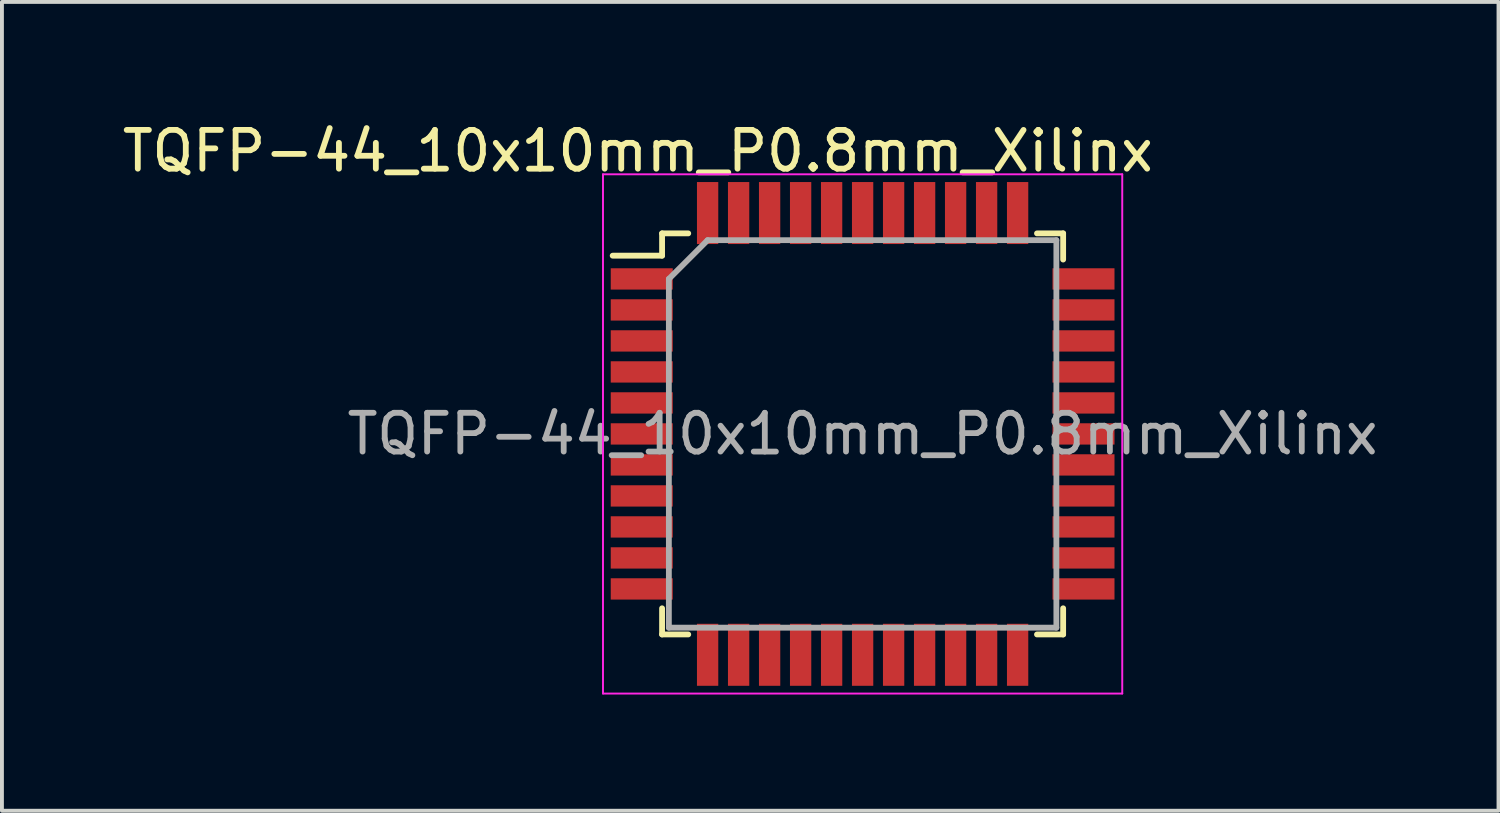
<source format=kicad_pcb>
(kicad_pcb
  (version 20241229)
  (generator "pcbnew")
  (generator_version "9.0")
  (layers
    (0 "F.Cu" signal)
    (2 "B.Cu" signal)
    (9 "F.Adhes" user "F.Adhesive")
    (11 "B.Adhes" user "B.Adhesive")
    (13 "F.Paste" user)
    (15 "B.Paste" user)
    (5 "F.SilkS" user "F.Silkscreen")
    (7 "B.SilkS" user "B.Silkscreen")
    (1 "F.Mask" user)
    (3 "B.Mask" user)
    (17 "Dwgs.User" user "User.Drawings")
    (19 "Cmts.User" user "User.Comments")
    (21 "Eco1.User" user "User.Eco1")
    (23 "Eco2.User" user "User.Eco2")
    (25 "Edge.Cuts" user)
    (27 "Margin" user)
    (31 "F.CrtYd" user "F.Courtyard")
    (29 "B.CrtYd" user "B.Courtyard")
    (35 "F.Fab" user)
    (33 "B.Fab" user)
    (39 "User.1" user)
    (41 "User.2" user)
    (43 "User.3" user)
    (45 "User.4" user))
  (footprint "TQFP-44_10x10mm_P0.8mm_Xilinx"
    (layer "F.Cu")
    (at 19.211 8.148)
    (property "Reference" "TQFP-44_10x10mm_P0.8mm_Xilinx" (at -5.8 -7.3 0) (layer "F.SilkS") (effects (font (size 1 1) (thickness 0.15))))
    (attr smd)
    (fp_line (start -5.175 -5.175) (end -5.175 -4.6) (stroke (width 0.15) (type solid)) (layer "F.SilkS"))
    (fp_line (start -5.175 -5.175) (end -4.5 -5.175) (stroke (width 0.15) (type solid)) (layer "F.SilkS"))
    (fp_line (start -5.175 -4.6) (end -6.45 -4.6) (stroke (width 0.15) (type solid)) (layer "F.SilkS"))
    (fp_line (start -5.175 5.175) (end -5.175 4.5) (stroke (width 0.15) (type solid)) (layer "F.SilkS"))
    (fp_line (start -5.175 5.175) (end -4.5 5.175) (stroke (width 0.15) (type solid)) (layer "F.SilkS"))
    (fp_line (start 5.175 -5.175) (end 4.5 -5.175) (stroke (width 0.15) (type solid)) (layer "F.SilkS"))
    (fp_line (start 5.175 -5.175) (end 5.175 -4.5) (stroke (width 0.15) (type solid)) (layer "F.SilkS"))
    (fp_line (start 5.175 5.175) (end 4.5 5.175) (stroke (width 0.15) (type solid)) (layer "F.SilkS"))
    (fp_line (start 5.175 5.175) (end 5.175 4.5) (stroke (width 0.15) (type solid)) (layer "F.SilkS"))
    (fp_line (start -6.7 -6.7) (end -6.7 6.7) (stroke (width 0.05) (type solid)) (layer "F.CrtYd"))
    (fp_line (start -6.7 -6.7) (end 6.7 -6.7) (stroke (width 0.05) (type solid)) (layer "F.CrtYd"))
    (fp_line (start -6.7 6.7) (end 6.7 6.7) (stroke (width 0.05) (type solid)) (layer "F.CrtYd"))
    (fp_line (start 6.7 -6.7) (end 6.7 6.7) (stroke (width 0.05) (type solid)) (layer "F.CrtYd"))
    (fp_line (start -5 -4) (end -4 -5) (stroke (width 0.15) (type solid)) (layer "F.Fab"))
    (fp_line (start -5 5) (end -5 -4) (stroke (width 0.15) (type solid)) (layer "F.Fab"))
    (fp_line (start -4 -5) (end 5 -5) (stroke (width 0.15) (type solid)) (layer "F.Fab"))
    (fp_line (start 5 -5) (end 5 5) (stroke (width 0.15) (type solid)) (layer "F.Fab"))
    (fp_line (start 5 5) (end -5 5) (stroke (width 0.15) (type solid)) (layer "F.Fab"))
    (fp_text user "${REFERENCE}" (at 0 0 0) (layer "F.Fab") (effects (font (size 1 1) (thickness 0.15))))
    (pad "1" smd rect (at -5.7 -4) (size 1.6 0.55) (layers "F.Cu" "F.Mask" "F.Paste"))
    (pad "2" smd rect (at -5.7 -3.2) (size 1.6 0.55) (layers "F.Cu" "F.Mask" "F.Paste"))
    (pad "3" smd rect (at -5.7 -2.4) (size 1.6 0.55) (layers "F.Cu" "F.Mask" "F.Paste"))
    (pad "4" smd rect (at -5.7 -1.6) (size 1.6 0.55) (layers "F.Cu" "F.Mask" "F.Paste"))
    (pad "5" smd rect (at -5.7 -0.8) (size 1.6 0.55) (layers "F.Cu" "F.Mask" "F.Paste"))
    (pad "6" smd rect (at -5.7 0) (size 1.6 0.55) (layers "F.Cu" "F.Mask" "F.Paste"))
    (pad "7" smd rect (at -5.7 0.8) (size 1.6 0.55) (layers "F.Cu" "F.Mask" "F.Paste"))
    (pad "8" smd rect (at -5.7 1.6) (size 1.6 0.55) (layers "F.Cu" "F.Mask" "F.Paste"))
    (pad "9" smd rect (at -5.7 2.4) (size 1.6 0.55) (layers "F.Cu" "F.Mask" "F.Paste"))
    (pad "10" smd rect (at -5.7 3.2) (size 1.6 0.55) (layers "F.Cu" "F.Mask" "F.Paste"))
    (pad "11" smd rect (at -5.7 4) (size 1.6 0.55) (layers "F.Cu" "F.Mask" "F.Paste"))
    (pad "12" smd rect (at -4 5.7 90) (size 1.6 0.55) (layers "F.Cu" "F.Mask" "F.Paste"))
    (pad "13" smd rect (at -3.2 5.7 90) (size 1.6 0.55) (layers "F.Cu" "F.Mask" "F.Paste"))
    (pad "14" smd rect (at -2.4 5.7 90) (size 1.6 0.55) (layers "F.Cu" "F.Mask" "F.Paste"))
    (pad "15" smd rect (at -1.6 5.7 90) (size 1.6 0.55) (layers "F.Cu" "F.Mask" "F.Paste"))
    (pad "16" smd rect (at -0.8 5.7 90) (size 1.6 0.55) (layers "F.Cu" "F.Mask" "F.Paste"))
    (pad "17" smd rect (at 0 5.7 90) (size 1.6 0.55) (layers "F.Cu" "F.Mask" "F.Paste"))
    (pad "18" smd rect (at 0.8 5.7 90) (size 1.6 0.55) (layers "F.Cu" "F.Mask" "F.Paste"))
    (pad "19" smd rect (at 1.6 5.7 90) (size 1.6 0.55) (layers "F.Cu" "F.Mask" "F.Paste"))
    (pad "20" smd rect (at 2.4 5.7 90) (size 1.6 0.55) (layers "F.Cu" "F.Mask" "F.Paste"))
    (pad "21" smd rect (at 3.2 5.7 90) (size 1.6 0.55) (layers "F.Cu" "F.Mask" "F.Paste"))
    (pad "22" smd rect (at 4 5.7 90) (size 1.6 0.55) (layers "F.Cu" "F.Mask" "F.Paste"))
    (pad "23" smd rect (at 5.7 4) (size 1.6 0.55) (layers "F.Cu" "F.Mask" "F.Paste"))
    (pad "24" smd rect (at 5.7 3.2) (size 1.6 0.55) (layers "F.Cu" "F.Mask" "F.Paste"))
    (pad "25" smd rect (at 5.7 2.4) (size 1.6 0.55) (layers "F.Cu" "F.Mask" "F.Paste"))
    (pad "26" smd rect (at 5.7 1.6) (size 1.6 0.55) (layers "F.Cu" "F.Mask" "F.Paste"))
    (pad "27" smd rect (at 5.7 0.8) (size 1.6 0.55) (layers "F.Cu" "F.Mask" "F.Paste"))
    (pad "28" smd rect (at 5.7 0) (size 1.6 0.55) (layers "F.Cu" "F.Mask" "F.Paste"))
    (pad "29" smd rect (at 5.7 -0.8) (size 1.6 0.55) (layers "F.Cu" "F.Mask" "F.Paste"))
    (pad "30" smd rect (at 5.7 -1.6) (size 1.6 0.55) (layers "F.Cu" "F.Mask" "F.Paste"))
    (pad "31" smd rect (at 5.7 -2.4) (size 1.6 0.55) (layers "F.Cu" "F.Mask" "F.Paste"))
    (pad "32" smd rect (at 5.7 -3.2) (size 1.6 0.55) (layers "F.Cu" "F.Mask" "F.Paste"))
    (pad "33" smd rect (at 5.7 -4) (size 1.6 0.55) (layers "F.Cu" "F.Mask" "F.Paste"))
    (pad "34" smd rect (at 4 -5.7 90) (size 1.6 0.55) (layers "F.Cu" "F.Mask" "F.Paste"))
    (pad "35" smd rect (at 3.2 -5.7 90) (size 1.6 0.55) (layers "F.Cu" "F.Mask" "F.Paste"))
    (pad "36" smd rect (at 2.4 -5.7 90) (size 1.6 0.55) (layers "F.Cu" "F.Mask" "F.Paste"))
    (pad "37" smd rect (at 1.6 -5.7 90) (size 1.6 0.55) (layers "F.Cu" "F.Mask" "F.Paste"))
    (pad "38" smd rect (at 0.8 -5.7 90) (size 1.6 0.55) (layers "F.Cu" "F.Mask" "F.Paste"))
    (pad "39" smd rect (at 0 -5.7 90) (size 1.6 0.55) (layers "F.Cu" "F.Mask" "F.Paste"))
    (pad "40" smd rect (at -0.8 -5.7 90) (size 1.6 0.55) (layers "F.Cu" "F.Mask" "F.Paste"))
    (pad "41" smd rect (at -1.6 -5.7 90) (size 1.6 0.55) (layers "F.Cu" "F.Mask" "F.Paste"))
    (pad "42" smd rect (at -2.4 -5.7 90) (size 1.6 0.55) (layers "F.Cu" "F.Mask" "F.Paste"))
    (pad "43" smd rect (at -3.2 -5.7 90) (size 1.6 0.55) (layers "F.Cu" "F.Mask" "F.Paste"))
    (pad "44" smd rect (at -4 -5.7 90) (size 1.6 0.55) (layers "F.Cu" "F.Mask" "F.Paste")))
  (gr_rect
    (start -3 -3)
    (end 35.621 17.873)
    (stroke (width 0.1) (type default))
    (fill no)
    (layer "Edge.Cuts")))
</source>
